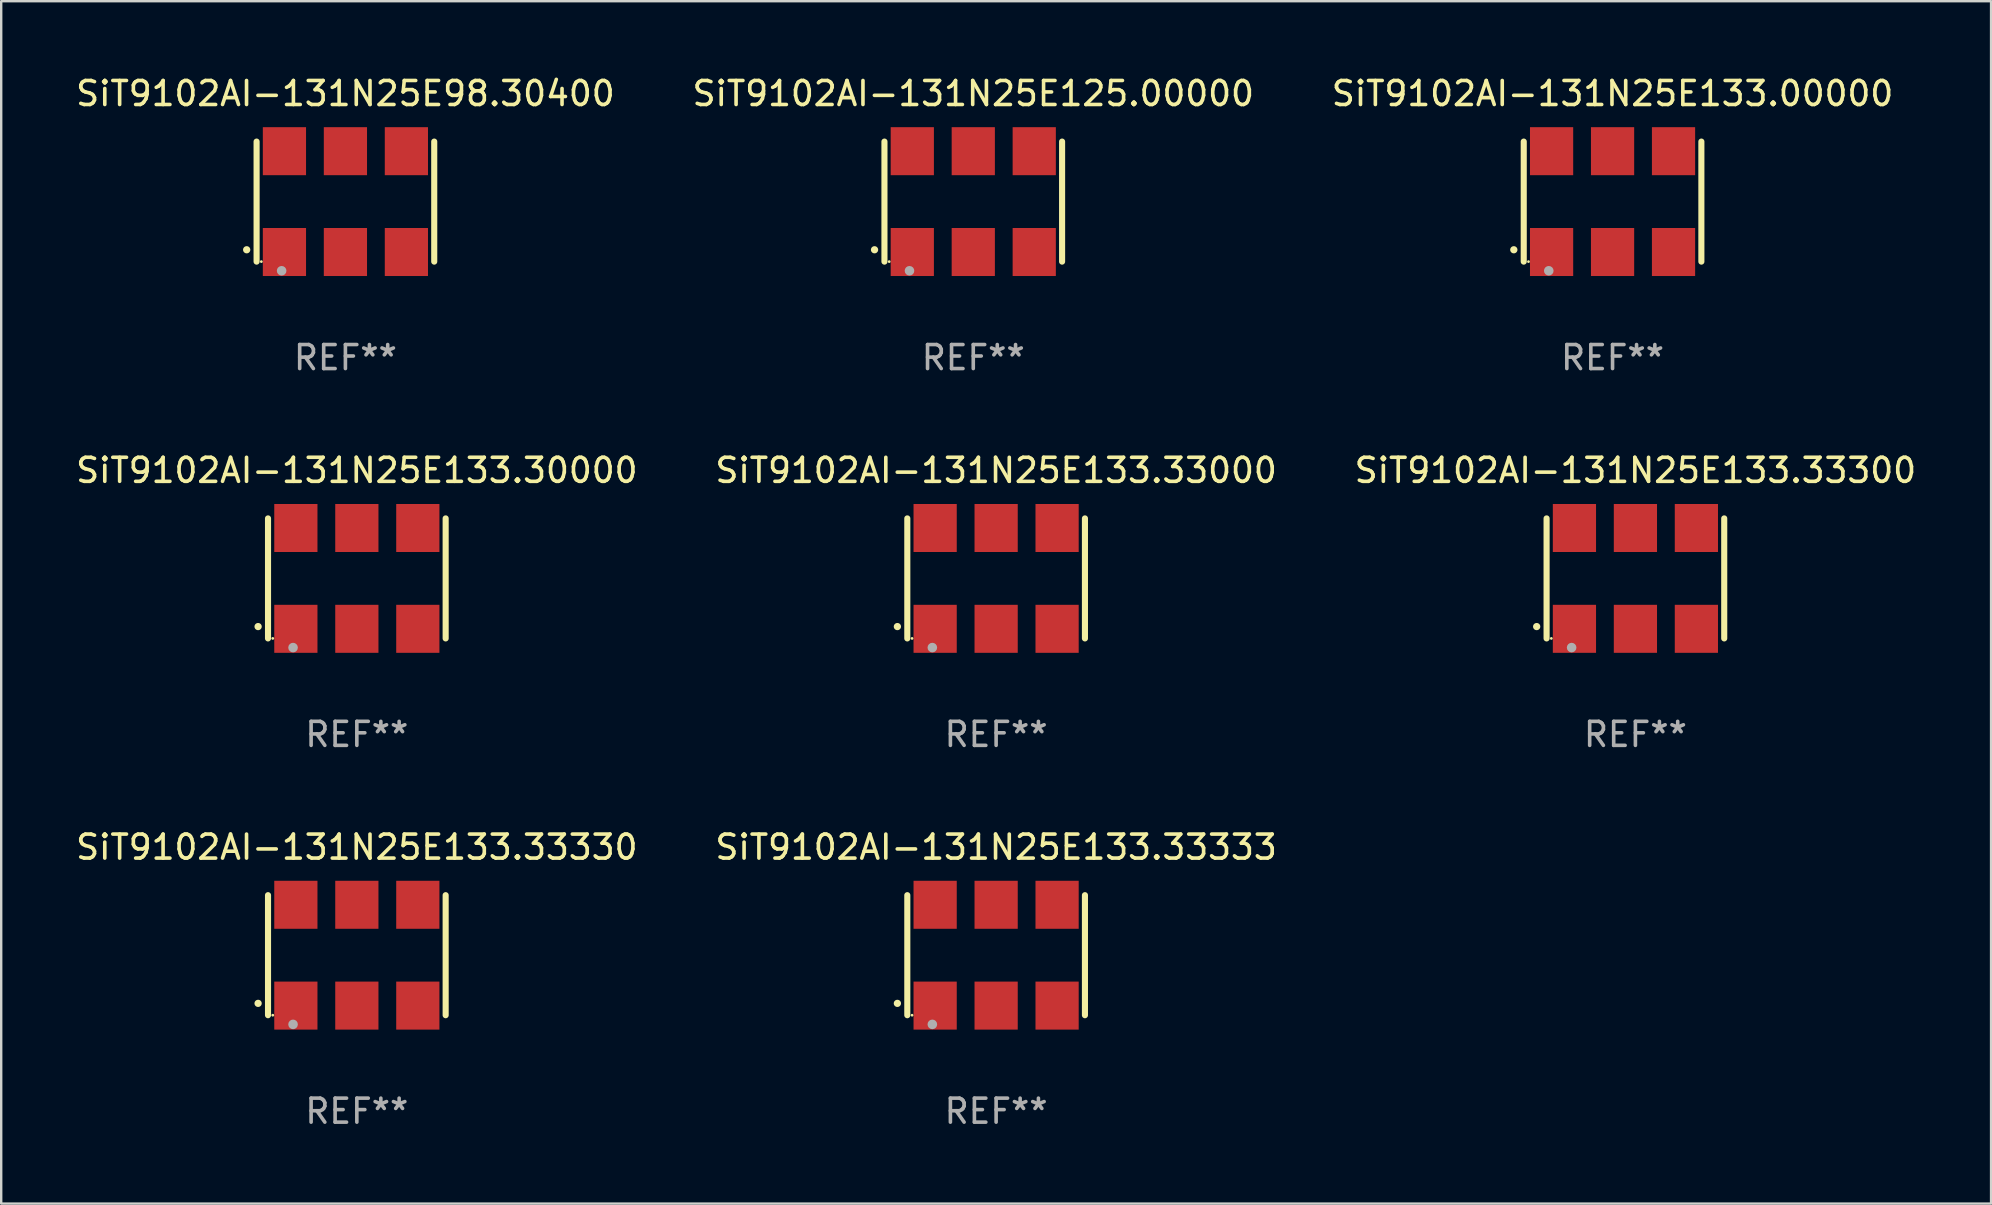
<source format=kicad_pcb>
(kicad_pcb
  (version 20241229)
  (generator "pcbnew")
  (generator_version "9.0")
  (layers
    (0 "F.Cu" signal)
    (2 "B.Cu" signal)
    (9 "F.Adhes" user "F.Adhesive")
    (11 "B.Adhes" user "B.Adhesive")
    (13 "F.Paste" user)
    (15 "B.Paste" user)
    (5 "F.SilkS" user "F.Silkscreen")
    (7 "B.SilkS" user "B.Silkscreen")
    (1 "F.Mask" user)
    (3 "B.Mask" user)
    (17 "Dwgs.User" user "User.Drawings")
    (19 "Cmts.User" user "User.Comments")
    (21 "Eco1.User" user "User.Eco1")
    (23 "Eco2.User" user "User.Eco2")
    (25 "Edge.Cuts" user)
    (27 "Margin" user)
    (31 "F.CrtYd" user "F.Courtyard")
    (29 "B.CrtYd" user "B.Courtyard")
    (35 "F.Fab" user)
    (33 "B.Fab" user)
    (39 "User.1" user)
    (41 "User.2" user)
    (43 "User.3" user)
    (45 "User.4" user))
  (footprint "SiT9102AI-131N25E133.30000"
    (layer "F.Cu")
    (at 11.815 21.045)
    (property "Reference" "SiT9102AI-131N25E133.30000" (at 0 -4.5 0) (layer "F.SilkS") (effects (font (size 1 1) (thickness 0.15))))
    (attr through_hole)
    (fp_line (start -3.7 -2.5) (end -3.7 2.5) (stroke (width 0.254) (type solid)) (layer "F.SilkS"))
    (fp_line (start 3.7 -2.5) (end 3.7 2.5) (stroke (width 0.254) (type solid)) (layer "F.SilkS"))
    (fp_arc (start -4.114415 2.006604) (mid -4.113145 2.006599) (end -4.111875 2.006604) (stroke (width 0.3) (type solid)) (layer "F.SilkS"))
    (fp_circle (center -3.502 2.5) (end -3.472 2.5) (stroke (width 0.06) (type solid)) (fill no) (layer "F.SilkS"))
    (fp_circle (center -2.657 2.882) (end -2.557 2.882) (stroke (width 0.2) (type solid)) (fill no) (layer "F.Fab"))
    (fp_text user "REF**" (at 0 6.5 0) (layer "F.Fab") (effects (font (size 1 1) (thickness 0.15))))
    (pad "1" smd rect (at -2.54 2.1) (size 1.8 2) (layers "F.Cu" "F.Mask" "F.Paste"))
    (pad "2" smd rect (at 0.000394 2.1) (size 1.8 2) (layers "F.Cu" "F.Mask" "F.Paste"))
    (pad "3" smd rect (at 2.54 2.1) (size 1.8 2) (layers "F.Cu" "F.Mask" "F.Paste"))
    (pad "4" smd rect (at 2.54 -2.1) (size 1.8 2) (layers "F.Cu" "F.Mask" "F.Paste"))
    (pad "5" smd rect (at 0.000394 -2.1) (size 1.8 2) (layers "F.Cu" "F.Mask" "F.Paste"))
    (pad "6" smd rect (at -2.54 -2.1) (size 1.8 2) (layers "F.Cu" "F.Mask" "F.Paste")))
  (footprint "SiT9102AI-131N25E133.33330"
    (layer "F.Cu")
    (at 11.815 36.741)
    (property "Reference" "SiT9102AI-131N25E133.33330" (at 0 -4.5 0) (layer "F.SilkS") (effects (font (size 1 1) (thickness 0.15))))
    (attr through_hole)
    (fp_line (start -3.7 -2.5) (end -3.7 2.5) (stroke (width 0.254) (type solid)) (layer "F.SilkS"))
    (fp_line (start 3.7 -2.5) (end 3.7 2.5) (stroke (width 0.254) (type solid)) (layer "F.SilkS"))
    (fp_arc (start -4.114415 2.006604) (mid -4.113145 2.006599) (end -4.111875 2.006604) (stroke (width 0.3) (type solid)) (layer "F.SilkS"))
    (fp_circle (center -3.502 2.5) (end -3.472 2.5) (stroke (width 0.06) (type solid)) (fill no) (layer "F.SilkS"))
    (fp_circle (center -2.657 2.882) (end -2.557 2.882) (stroke (width 0.2) (type solid)) (fill no) (layer "F.Fab"))
    (fp_text user "REF**" (at 0 6.5 0) (layer "F.Fab") (effects (font (size 1 1) (thickness 0.15))))
    (pad "1" smd rect (at -2.54 2.1) (size 1.8 2) (layers "F.Cu" "F.Mask" "F.Paste"))
    (pad "2" smd rect (at 0.000394 2.1) (size 1.8 2) (layers "F.Cu" "F.Mask" "F.Paste"))
    (pad "3" smd rect (at 2.54 2.1) (size 1.8 2) (layers "F.Cu" "F.Mask" "F.Paste"))
    (pad "4" smd rect (at 2.54 -2.1) (size 1.8 2) (layers "F.Cu" "F.Mask" "F.Paste"))
    (pad "5" smd rect (at 0.000394 -2.1) (size 1.8 2) (layers "F.Cu" "F.Mask" "F.Paste"))
    (pad "6" smd rect (at -2.54 -2.1) (size 1.8 2) (layers "F.Cu" "F.Mask" "F.Paste")))
  (footprint "SiT9102AI-131N25E133.33000"
    (layer "F.Cu")
    (at 38.446 21.045)
    (property "Reference" "SiT9102AI-131N25E133.33000" (at 0 -4.5 0) (layer "F.SilkS") (effects (font (size 1 1) (thickness 0.15))))
    (attr through_hole)
    (fp_line (start -3.7 -2.5) (end -3.7 2.5) (stroke (width 0.254) (type solid)) (layer "F.SilkS"))
    (fp_line (start 3.7 -2.5) (end 3.7 2.5) (stroke (width 0.254) (type solid)) (layer "F.SilkS"))
    (fp_arc (start -4.114415 2.006604) (mid -4.113145 2.006599) (end -4.111875 2.006604) (stroke (width 0.3) (type solid)) (layer "F.SilkS"))
    (fp_circle (center -3.502 2.5) (end -3.472 2.5) (stroke (width 0.06) (type solid)) (fill no) (layer "F.SilkS"))
    (fp_circle (center -2.657 2.882) (end -2.557 2.882) (stroke (width 0.2) (type solid)) (fill no) (layer "F.Fab"))
    (fp_text user "REF**" (at 0 6.5 0) (layer "F.Fab") (effects (font (size 1 1) (thickness 0.15))))
    (pad "1" smd rect (at -2.54 2.1) (size 1.8 2) (layers "F.Cu" "F.Mask" "F.Paste"))
    (pad "2" smd rect (at 0.000394 2.1) (size 1.8 2) (layers "F.Cu" "F.Mask" "F.Paste"))
    (pad "3" smd rect (at 2.54 2.1) (size 1.8 2) (layers "F.Cu" "F.Mask" "F.Paste"))
    (pad "4" smd rect (at 2.54 -2.1) (size 1.8 2) (layers "F.Cu" "F.Mask" "F.Paste"))
    (pad "5" smd rect (at 0.000394 -2.1) (size 1.8 2) (layers "F.Cu" "F.Mask" "F.Paste"))
    (pad "6" smd rect (at -2.54 -2.1) (size 1.8 2) (layers "F.Cu" "F.Mask" "F.Paste")))
  (footprint "SiT9102AI-131N25E125.00000"
    (layer "F.Cu")
    (at 37.494 5.348)
    (property "Reference" "SiT9102AI-131N25E125.00000" (at 0 -4.5 0) (layer "F.SilkS") (effects (font (size 1 1) (thickness 0.15))))
    (attr through_hole)
    (fp_line (start -3.7 -2.5) (end -3.7 2.5) (stroke (width 0.254) (type solid)) (layer "F.SilkS"))
    (fp_line (start 3.7 -2.5) (end 3.7 2.5) (stroke (width 0.254) (type solid)) (layer "F.SilkS"))
    (fp_arc (start -4.114415 2.006604) (mid -4.113145 2.006599) (end -4.111875 2.006604) (stroke (width 0.3) (type solid)) (layer "F.SilkS"))
    (fp_circle (center -3.502 2.5) (end -3.472 2.5) (stroke (width 0.06) (type solid)) (fill no) (layer "F.SilkS"))
    (fp_circle (center -2.657 2.882) (end -2.557 2.882) (stroke (width 0.2) (type solid)) (fill no) (layer "F.Fab"))
    (fp_text user "REF**" (at 0 6.5 0) (layer "F.Fab") (effects (font (size 1 1) (thickness 0.15))))
    (pad "1" smd rect (at -2.54 2.1) (size 1.8 2) (layers "F.Cu" "F.Mask" "F.Paste"))
    (pad "2" smd rect (at 0.000394 2.1) (size 1.8 2) (layers "F.Cu" "F.Mask" "F.Paste"))
    (pad "3" smd rect (at 2.54 2.1) (size 1.8 2) (layers "F.Cu" "F.Mask" "F.Paste"))
    (pad "4" smd rect (at 2.54 -2.1) (size 1.8 2) (layers "F.Cu" "F.Mask" "F.Paste"))
    (pad "5" smd rect (at 0.000394 -2.1) (size 1.8 2) (layers "F.Cu" "F.Mask" "F.Paste"))
    (pad "6" smd rect (at -2.54 -2.1) (size 1.8 2) (layers "F.Cu" "F.Mask" "F.Paste")))
  (footprint "SiT9102AI-131N25E133.00000"
    (layer "F.Cu")
    (at 64.125 5.348)
    (property "Reference" "SiT9102AI-131N25E133.00000" (at 0 -4.5 0) (layer "F.SilkS") (effects (font (size 1 1) (thickness 0.15))))
    (attr through_hole)
    (fp_line (start -3.7 -2.5) (end -3.7 2.5) (stroke (width 0.254) (type solid)) (layer "F.SilkS"))
    (fp_line (start 3.7 -2.5) (end 3.7 2.5) (stroke (width 0.254) (type solid)) (layer "F.SilkS"))
    (fp_arc (start -4.114415 2.006604) (mid -4.113145 2.006599) (end -4.111875 2.006604) (stroke (width 0.3) (type solid)) (layer "F.SilkS"))
    (fp_circle (center -3.502 2.5) (end -3.472 2.5) (stroke (width 0.06) (type solid)) (fill no) (layer "F.SilkS"))
    (fp_circle (center -2.657 2.882) (end -2.557 2.882) (stroke (width 0.2) (type solid)) (fill no) (layer "F.Fab"))
    (fp_text user "REF**" (at 0 6.5 0) (layer "F.Fab") (effects (font (size 1 1) (thickness 0.15))))
    (pad "1" smd rect (at -2.54 2.1) (size 1.8 2) (layers "F.Cu" "F.Mask" "F.Paste"))
    (pad "2" smd rect (at 0.000394 2.1) (size 1.8 2) (layers "F.Cu" "F.Mask" "F.Paste"))
    (pad "3" smd rect (at 2.54 2.1) (size 1.8 2) (layers "F.Cu" "F.Mask" "F.Paste"))
    (pad "4" smd rect (at 2.54 -2.1) (size 1.8 2) (layers "F.Cu" "F.Mask" "F.Paste"))
    (pad "5" smd rect (at 0.000394 -2.1) (size 1.8 2) (layers "F.Cu" "F.Mask" "F.Paste"))
    (pad "6" smd rect (at -2.54 -2.1) (size 1.8 2) (layers "F.Cu" "F.Mask" "F.Paste")))
  (footprint "SiT9102AI-131N25E133.33333"
    (layer "F.Cu")
    (at 38.446 36.741)
    (property "Reference" "SiT9102AI-131N25E133.33333" (at 0 -4.5 0) (layer "F.SilkS") (effects (font (size 1 1) (thickness 0.15))))
    (attr through_hole)
    (fp_line (start -3.7 -2.5) (end -3.7 2.5) (stroke (width 0.254) (type solid)) (layer "F.SilkS"))
    (fp_line (start 3.7 -2.5) (end 3.7 2.5) (stroke (width 0.254) (type solid)) (layer "F.SilkS"))
    (fp_arc (start -4.114415 2.006604) (mid -4.113145 2.006599) (end -4.111875 2.006604) (stroke (width 0.3) (type solid)) (layer "F.SilkS"))
    (fp_circle (center -3.502 2.5) (end -3.472 2.5) (stroke (width 0.06) (type solid)) (fill no) (layer "F.SilkS"))
    (fp_circle (center -2.657 2.882) (end -2.557 2.882) (stroke (width 0.2) (type solid)) (fill no) (layer "F.Fab"))
    (fp_text user "REF**" (at 0 6.5 0) (layer "F.Fab") (effects (font (size 1 1) (thickness 0.15))))
    (pad "1" smd rect (at -2.54 2.1) (size 1.8 2) (layers "F.Cu" "F.Mask" "F.Paste"))
    (pad "2" smd rect (at 0.000394 2.1) (size 1.8 2) (layers "F.Cu" "F.Mask" "F.Paste"))
    (pad "3" smd rect (at 2.54 2.1) (size 1.8 2) (layers "F.Cu" "F.Mask" "F.Paste"))
    (pad "4" smd rect (at 2.54 -2.1) (size 1.8 2) (layers "F.Cu" "F.Mask" "F.Paste"))
    (pad "5" smd rect (at 0.000394 -2.1) (size 1.8 2) (layers "F.Cu" "F.Mask" "F.Paste"))
    (pad "6" smd rect (at -2.54 -2.1) (size 1.8 2) (layers "F.Cu" "F.Mask" "F.Paste")))
  (footprint "SiT9102AI-131N25E133.33300"
    (layer "F.Cu")
    (at 65.077 21.045)
    (property "Reference" "SiT9102AI-131N25E133.33300" (at 0 -4.5 0) (layer "F.SilkS") (effects (font (size 1 1) (thickness 0.15))))
    (attr through_hole)
    (fp_line (start -3.7 -2.5) (end -3.7 2.5) (stroke (width 0.254) (type solid)) (layer "F.SilkS"))
    (fp_line (start 3.7 -2.5) (end 3.7 2.5) (stroke (width 0.254) (type solid)) (layer "F.SilkS"))
    (fp_arc (start -4.114415 2.006604) (mid -4.113145 2.006599) (end -4.111875 2.006604) (stroke (width 0.3) (type solid)) (layer "F.SilkS"))
    (fp_circle (center -3.502 2.5) (end -3.472 2.5) (stroke (width 0.06) (type solid)) (fill no) (layer "F.SilkS"))
    (fp_circle (center -2.657 2.882) (end -2.557 2.882) (stroke (width 0.2) (type solid)) (fill no) (layer "F.Fab"))
    (fp_text user "REF**" (at 0 6.5 0) (layer "F.Fab") (effects (font (size 1 1) (thickness 0.15))))
    (pad "1" smd rect (at -2.54 2.1) (size 1.8 2) (layers "F.Cu" "F.Mask" "F.Paste"))
    (pad "2" smd rect (at 0.000394 2.1) (size 1.8 2) (layers "F.Cu" "F.Mask" "F.Paste"))
    (pad "3" smd rect (at 2.54 2.1) (size 1.8 2) (layers "F.Cu" "F.Mask" "F.Paste"))
    (pad "4" smd rect (at 2.54 -2.1) (size 1.8 2) (layers "F.Cu" "F.Mask" "F.Paste"))
    (pad "5" smd rect (at 0.000394 -2.1) (size 1.8 2) (layers "F.Cu" "F.Mask" "F.Paste"))
    (pad "6" smd rect (at -2.54 -2.1) (size 1.8 2) (layers "F.Cu" "F.Mask" "F.Paste")))
  (footprint "SiT9102AI-131N25E98.30400"
    (layer "F.Cu")
    (at 11.339 5.348)
    (property "Reference" "SiT9102AI-131N25E98.30400" (at 0 -4.5 0) (layer "F.SilkS") (effects (font (size 1 1) (thickness 0.15))))
    (attr through_hole)
    (fp_line (start -3.7 -2.5) (end -3.7 2.5) (stroke (width 0.254) (type solid)) (layer "F.SilkS"))
    (fp_line (start 3.7 -2.5) (end 3.7 2.5) (stroke (width 0.254) (type solid)) (layer "F.SilkS"))
    (fp_arc (start -4.114415 2.006604) (mid -4.113145 2.006599) (end -4.111875 2.006604) (stroke (width 0.3) (type solid)) (layer "F.SilkS"))
    (fp_circle (center -3.502 2.5) (end -3.472 2.5) (stroke (width 0.06) (type solid)) (fill no) (layer "F.SilkS"))
    (fp_circle (center -2.657 2.882) (end -2.557 2.882) (stroke (width 0.2) (type solid)) (fill no) (layer "F.Fab"))
    (fp_text user "REF**" (at 0 6.5 0) (layer "F.Fab") (effects (font (size 1 1) (thickness 0.15))))
    (pad "1" smd rect (at -2.54 2.1) (size 1.8 2) (layers "F.Cu" "F.Mask" "F.Paste"))
    (pad "2" smd rect (at 0.000394 2.1) (size 1.8 2) (layers "F.Cu" "F.Mask" "F.Paste"))
    (pad "3" smd rect (at 2.54 2.1) (size 1.8 2) (layers "F.Cu" "F.Mask" "F.Paste"))
    (pad "4" smd rect (at 2.54 -2.1) (size 1.8 2) (layers "F.Cu" "F.Mask" "F.Paste"))
    (pad "5" smd rect (at 0.000394 -2.1) (size 1.8 2) (layers "F.Cu" "F.Mask" "F.Paste"))
    (pad "6" smd rect (at -2.54 -2.1) (size 1.8 2) (layers "F.Cu" "F.Mask" "F.Paste")))
  (gr_rect
    (start -3 -3)
    (end 79.893 47.09)
    (stroke (width 0.1) (type default))
    (fill no)
    (layer "Edge.Cuts")))
</source>
